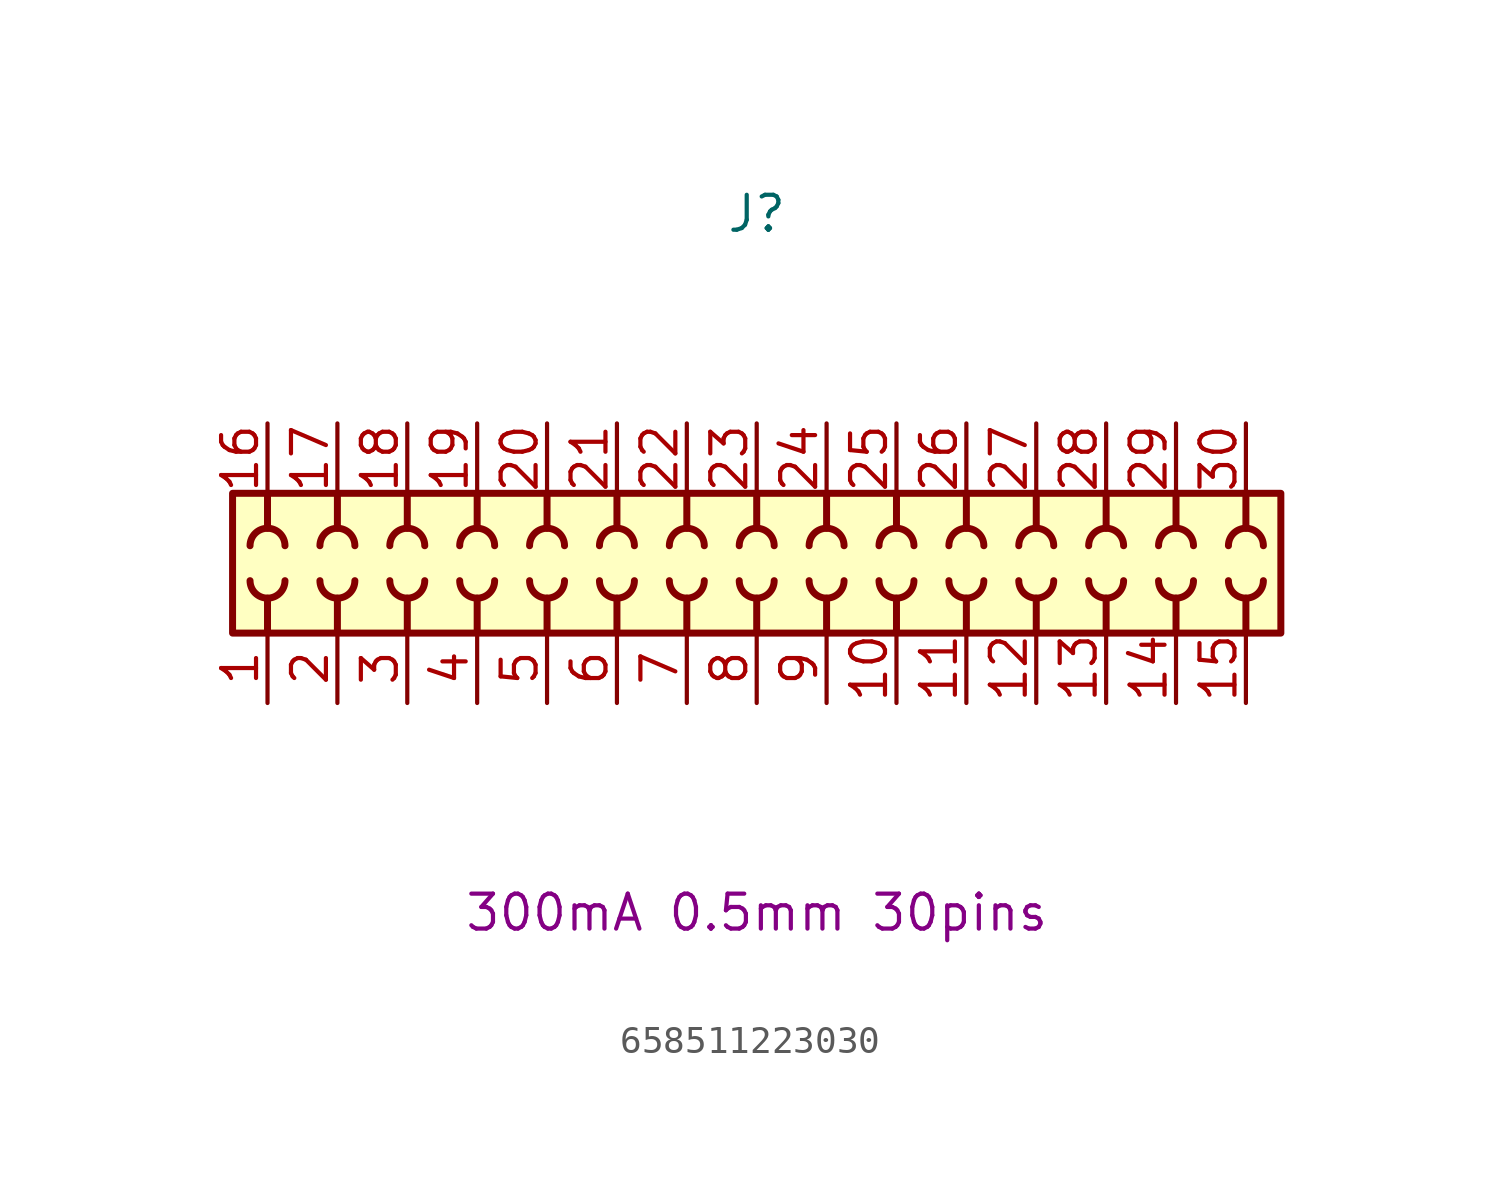
<source format=kicad_sym>
(kicad_symbol_lib
  (version 20241209)
  (generator "kicad_symbol_editor")
  (generator_version "9.0")
  (symbol "658511223030"
    (pin_names
      (hide yes))
    (property "Reference" "J"
      (at 0 12.7 0)
      (effects (font (size 1.27 1.27))))
    (property "Critical Parameter" "300mA 0.5mm 30pins"
      (at 0 -12.7 0)
      (effects (font (size 1.27 1.27))))
    (symbol "658511223030_0_1"
      (rectangle (start -19.05 2.54) (end 19.05 -2.54) (stroke (width 0.254) (type default)) (fill (type background)))
      (polyline (pts (xy -17.78 2.54) (xy -17.78 1.27)) (stroke (width 0.254) (type default)) (fill (type none)))
      (arc (start -18.415 0.635) (mid -17.78 1.2672) (end -17.145 0.635) (stroke (width 0.254) (type default)) (fill (type none)))
      (arc (start -17.145 -0.635) (mid -17.78 -1.2672) (end -18.415 -0.635) (stroke (width 0.254) (type default)) (fill (type none)))
      (polyline (pts (xy -17.78 -2.54) (xy -17.78 -1.27)) (stroke (width 0.254) (type default)) (fill (type none)))
      (polyline (pts (xy -15.24 2.54) (xy -15.24 1.27)) (stroke (width 0.254) (type default)) (fill (type none)))
      (arc (start -15.875 0.635) (mid -15.24 1.2672) (end -14.605 0.635) (stroke (width 0.254) (type default)) (fill (type none)))
      (arc (start -14.605 -0.635) (mid -15.24 -1.2672) (end -15.875 -0.635) (stroke (width 0.254) (type default)) (fill (type none)))
      (polyline (pts (xy -15.24 -2.54) (xy -15.24 -1.27)) (stroke (width 0.254) (type default)) (fill (type none)))
      (polyline (pts (xy -12.7 2.54) (xy -12.7 1.27)) (stroke (width 0.254) (type default)) (fill (type none)))
      (arc (start -13.335 0.635) (mid -12.7 1.2672) (end -12.065 0.635) (stroke (width 0.254) (type default)) (fill (type none)))
      (arc (start -12.065 -0.635) (mid -12.7 -1.2672) (end -13.335 -0.635) (stroke (width 0.254) (type default)) (fill (type none)))
      (polyline (pts (xy -12.7 -2.54) (xy -12.7 -1.27)) (stroke (width 0.254) (type default)) (fill (type none)))
      (polyline (pts (xy -10.16 2.54) (xy -10.16 1.27)) (stroke (width 0.254) (type default)) (fill (type none)))
      (arc (start -10.795 0.635) (mid -10.16 1.2672) (end -9.525 0.635) (stroke (width 0.254) (type default)) (fill (type none)))
      (arc (start -9.525 -0.635) (mid -10.16 -1.2672) (end -10.795 -0.635) (stroke (width 0.254) (type default)) (fill (type none)))
      (polyline (pts (xy -10.16 -2.54) (xy -10.16 -1.27)) (stroke (width 0.254) (type default)) (fill (type none)))
      (polyline (pts (xy -7.62 2.54) (xy -7.62 1.27)) (stroke (width 0.254) (type default)) (fill (type none)))
      (arc (start -8.255 0.635) (mid -7.62 1.2672) (end -6.985 0.635) (stroke (width 0.254) (type default)) (fill (type none)))
      (arc (start -6.985 -0.635) (mid -7.62 -1.2672) (end -8.255 -0.635) (stroke (width 0.254) (type default)) (fill (type none)))
      (polyline (pts (xy -7.62 -2.54) (xy -7.62 -1.27)) (stroke (width 0.254) (type default)) (fill (type none)))
      (polyline (pts (xy -5.08 2.54) (xy -5.08 1.27)) (stroke (width 0.254) (type default)) (fill (type none)))
      (arc (start -5.715 0.635) (mid -5.08 1.2672) (end -4.445 0.635) (stroke (width 0.254) (type default)) (fill (type none)))
      (arc (start -4.445 -0.635) (mid -5.08 -1.2672) (end -5.715 -0.635) (stroke (width 0.254) (type default)) (fill (type none)))
      (polyline (pts (xy -5.08 -2.54) (xy -5.08 -1.27)) (stroke (width 0.254) (type default)) (fill (type none)))
      (polyline (pts (xy -2.54 2.54) (xy -2.54 1.27)) (stroke (width 0.254) (type default)) (fill (type none)))
      (arc (start -3.175 0.635) (mid -2.54 1.2672) (end -1.905 0.635) (stroke (width 0.254) (type default)) (fill (type none)))
      (arc (start -1.905 -0.635) (mid -2.54 -1.2672) (end -3.175 -0.635) (stroke (width 0.254) (type default)) (fill (type none)))
      (polyline (pts (xy -2.54 -2.54) (xy -2.54 -1.27)) (stroke (width 0.254) (type default)) (fill (type none)))
      (polyline (pts (xy 0 2.54) (xy 0 1.27)) (stroke (width 0.254) (type default)) (fill (type none)))
      (arc (start -0.635 0.635) (mid 0 1.2672) (end 0.635 0.635) (stroke (width 0.254) (type default)) (fill (type none)))
      (arc (start 0.635 -0.635) (mid 0 -1.2672) (end -0.635 -0.635) (stroke (width 0.254) (type default)) (fill (type none)))
      (polyline (pts (xy 0 -2.54) (xy 0 -1.27)) (stroke (width 0.254) (type default)) (fill (type none)))
      (polyline (pts (xy 2.54 2.54) (xy 2.54 1.27)) (stroke (width 0.254) (type default)) (fill (type none)))
      (arc (start 1.905 0.635) (mid 2.54 1.2672) (end 3.175 0.635) (stroke (width 0.254) (type default)) (fill (type none)))
      (arc (start 3.175 -0.635) (mid 2.54 -1.2672) (end 1.905 -0.635) (stroke (width 0.254) (type default)) (fill (type none)))
      (polyline (pts (xy 2.54 -2.54) (xy 2.54 -1.27)) (stroke (width 0.254) (type default)) (fill (type none)))
      (polyline (pts (xy 5.08 2.54) (xy 5.08 1.27)) (stroke (width 0.254) (type default)) (fill (type none)))
      (arc (start 4.445 0.635) (mid 5.08 1.2672) (end 5.715 0.635) (stroke (width 0.254) (type default)) (fill (type none)))
      (arc (start 5.715 -0.635) (mid 5.08 -1.2672) (end 4.445 -0.635) (stroke (width 0.254) (type default)) (fill (type none)))
      (polyline (pts (xy 5.08 -2.54) (xy 5.08 -1.27)) (stroke (width 0.254) (type default)) (fill (type none)))
      (polyline (pts (xy 7.62 2.54) (xy 7.62 1.27)) (stroke (width 0.254) (type default)) (fill (type none)))
      (arc (start 6.985 0.635) (mid 7.62 1.2672) (end 8.255 0.635) (stroke (width 0.254) (type default)) (fill (type none)))
      (arc (start 8.255 -0.635) (mid 7.62 -1.2672) (end 6.985 -0.635) (stroke (width 0.254) (type default)) (fill (type none)))
      (polyline (pts (xy 7.62 -2.54) (xy 7.62 -1.27)) (stroke (width 0.254) (type default)) (fill (type none)))
      (polyline (pts (xy 10.16 2.54) (xy 10.16 1.27)) (stroke (width 0.254) (type default)) (fill (type none)))
      (arc (start 9.525 0.635) (mid 10.16 1.2672) (end 10.795 0.635) (stroke (width 0.254) (type default)) (fill (type none)))
      (arc (start 10.795 -0.635) (mid 10.16 -1.2672) (end 9.525 -0.635) (stroke (width 0.254) (type default)) (fill (type none)))
      (polyline (pts (xy 10.16 -2.54) (xy 10.16 -1.27)) (stroke (width 0.254) (type default)) (fill (type none)))
      (polyline (pts (xy 12.7 2.54) (xy 12.7 1.27)) (stroke (width 0.254) (type default)) (fill (type none)))
      (arc (start 12.065 0.635) (mid 12.7 1.2672) (end 13.335 0.635) (stroke (width 0.254) (type default)) (fill (type none)))
      (arc (start 13.335 -0.635) (mid 12.7 -1.2672) (end 12.065 -0.635) (stroke (width 0.254) (type default)) (fill (type none)))
      (polyline (pts (xy 12.7 -2.54) (xy 12.7 -1.27)) (stroke (width 0.254) (type default)) (fill (type none)))
      (polyline (pts (xy 15.24 2.54) (xy 15.24 1.27)) (stroke (width 0.254) (type default)) (fill (type none)))
      (arc (start 14.605 0.635) (mid 15.24 1.2672) (end 15.875 0.635) (stroke (width 0.254) (type default)) (fill (type none)))
      (arc (start 15.875 -0.635) (mid 15.24 -1.2672) (end 14.605 -0.635) (stroke (width 0.254) (type default)) (fill (type none)))
      (polyline (pts (xy 15.24 -2.54) (xy 15.24 -1.27)) (stroke (width 0.254) (type default)) (fill (type none)))
      (polyline (pts (xy 17.78 2.54) (xy 17.78 1.27)) (stroke (width 0.254) (type default)) (fill (type none)))
      (arc (start 17.145 0.635) (mid 17.78 1.2672) (end 18.415 0.635) (stroke (width 0.254) (type default)) (fill (type none)))
      (arc (start 18.415 -0.635) (mid 17.78 -1.2672) (end 17.145 -0.635) (stroke (width 0.254) (type default)) (fill (type none)))
      (polyline (pts (xy 17.78 -2.54) (xy 17.78 -1.27)) (stroke (width 0.254) (type default)) (fill (type none))))
    (symbol "658511223030_1_1"
      (pin passive line (at -17.78 5.08 270) (length 2.54) (name "16" (effects (font (size 1.27 1.27)))) (number "16" (effects (font (size 1.27 1.27)))))
      (pin passive line (at -17.78 -5.08 90) (length 2.54) (name "1" (effects (font (size 1.27 1.27)))) (number "1" (effects (font (size 1.27 1.27)))))
      (pin passive line (at -15.24 5.08 270) (length 2.54) (name "17" (effects (font (size 1.27 1.27)))) (number "17" (effects (font (size 1.27 1.27)))))
      (pin passive line (at -15.24 -5.08 90) (length 2.54) (name "2" (effects (font (size 1.27 1.27)))) (number "2" (effects (font (size 1.27 1.27)))))
      (pin passive line (at -12.7 5.08 270) (length 2.54) (name "18" (effects (font (size 1.27 1.27)))) (number "18" (effects (font (size 1.27 1.27)))))
      (pin passive line (at -12.7 -5.08 90) (length 2.54) (name "3" (effects (font (size 1.27 1.27)))) (number "3" (effects (font (size 1.27 1.27)))))
      (pin passive line (at -10.16 5.08 270) (length 2.54) (name "19" (effects (font (size 1.27 1.27)))) (number "19" (effects (font (size 1.27 1.27)))))
      (pin passive line (at -10.16 -5.08 90) (length 2.54) (name "4" (effects (font (size 1.27 1.27)))) (number "4" (effects (font (size 1.27 1.27)))))
      (pin passive line (at -7.62 5.08 270) (length 2.54) (name "20" (effects (font (size 1.27 1.27)))) (number "20" (effects (font (size 1.27 1.27)))))
      (pin passive line (at -7.62 -5.08 90) (length 2.54) (name "5" (effects (font (size 1.27 1.27)))) (number "5" (effects (font (size 1.27 1.27)))))
      (pin passive line (at -5.08 5.08 270) (length 2.54) (name "21" (effects (font (size 1.27 1.27)))) (number "21" (effects (font (size 1.27 1.27)))))
      (pin passive line (at -5.08 -5.08 90) (length 2.54) (name "6" (effects (font (size 1.27 1.27)))) (number "6" (effects (font (size 1.27 1.27)))))
      (pin passive line (at -2.54 5.08 270) (length 2.54) (name "22" (effects (font (size 1.27 1.27)))) (number "22" (effects (font (size 1.27 1.27)))))
      (pin passive line (at -2.54 -5.08 90) (length 2.54) (name "7" (effects (font (size 1.27 1.27)))) (number "7" (effects (font (size 1.27 1.27)))))
      (pin passive line (at 0 5.08 270) (length 2.54) (name "23" (effects (font (size 1.27 1.27)))) (number "23" (effects (font (size 1.27 1.27)))))
      (pin passive line (at 0 -5.08 90) (length 2.54) (name "8" (effects (font (size 1.27 1.27)))) (number "8" (effects (font (size 1.27 1.27)))))
      (pin passive line (at 2.54 5.08 270) (length 2.54) (name "24" (effects (font (size 1.27 1.27)))) (number "24" (effects (font (size 1.27 1.27)))))
      (pin passive line (at 2.54 -5.08 90) (length 2.54) (name "9" (effects (font (size 1.27 1.27)))) (number "9" (effects (font (size 1.27 1.27)))))
      (pin passive line (at 5.08 5.08 270) (length 2.54) (name "25" (effects (font (size 1.27 1.27)))) (number "25" (effects (font (size 1.27 1.27)))))
      (pin passive line (at 5.08 -5.08 90) (length 2.54) (name "10" (effects (font (size 1.27 1.27)))) (number "10" (effects (font (size 1.27 1.27)))))
      (pin passive line (at 7.62 5.08 270) (length 2.54) (name "26" (effects (font (size 1.27 1.27)))) (number "26" (effects (font (size 1.27 1.27)))))
      (pin passive line (at 7.62 -5.08 90) (length 2.54) (name "11" (effects (font (size 1.27 1.27)))) (number "11" (effects (font (size 1.27 1.27)))))
      (pin passive line (at 10.16 5.08 270) (length 2.54) (name "27" (effects (font (size 1.27 1.27)))) (number "27" (effects (font (size 1.27 1.27)))))
      (pin passive line (at 10.16 -5.08 90) (length 2.54) (name "12" (effects (font (size 1.27 1.27)))) (number "12" (effects (font (size 1.27 1.27)))))
      (pin passive line (at 12.7 5.08 270) (length 2.54) (name "28" (effects (font (size 1.27 1.27)))) (number "28" (effects (font (size 1.27 1.27)))))
      (pin passive line (at 12.7 -5.08 90) (length 2.54) (name "13" (effects (font (size 1.27 1.27)))) (number "13" (effects (font (size 1.27 1.27)))))
      (pin passive line (at 15.24 5.08 270) (length 2.54) (name "29" (effects (font (size 1.27 1.27)))) (number "29" (effects (font (size 1.27 1.27)))))
      (pin passive line (at 15.24 -5.08 90) (length 2.54) (name "14" (effects (font (size 1.27 1.27)))) (number "14" (effects (font (size 1.27 1.27)))))
      (pin passive line (at 17.78 5.08 270) (length 2.54) (name "30" (effects (font (size 1.27 1.27)))) (number "30" (effects (font (size 1.27 1.27)))))
      (pin passive line (at 17.78 -5.08 90) (length 2.54) (name "15" (effects (font (size 1.27 1.27)))) (number "15" (effects (font (size 1.27 1.27))))))))
</source>
